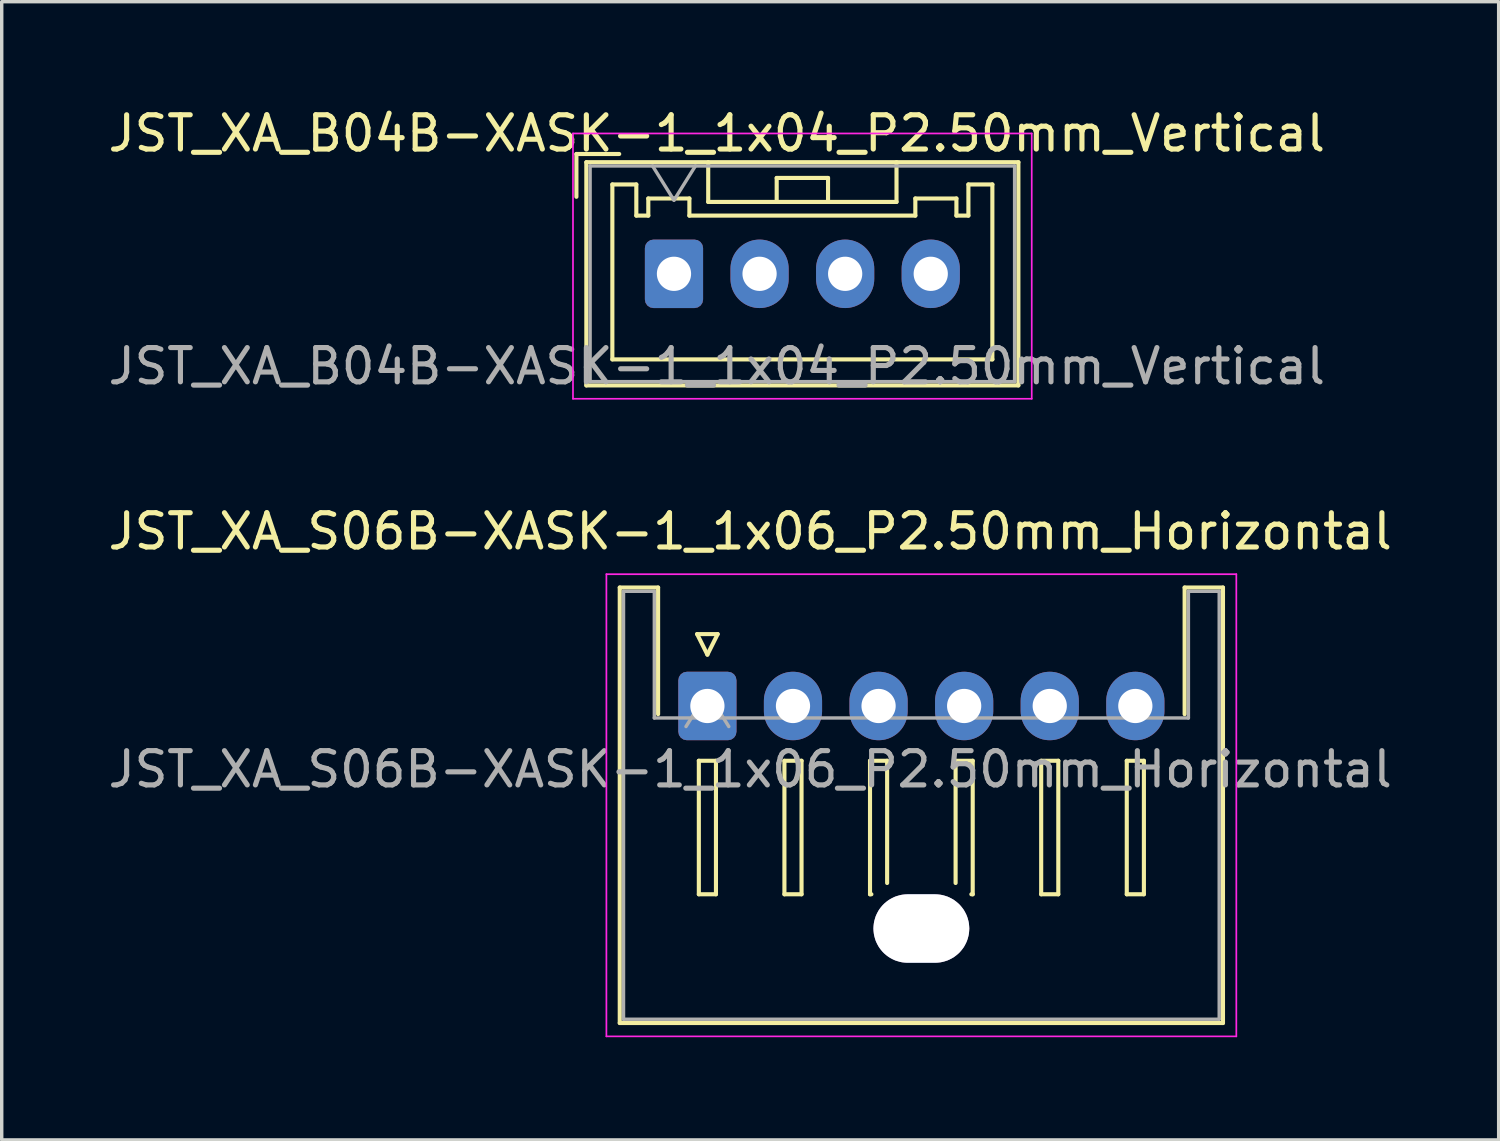
<source format=kicad_pcb>
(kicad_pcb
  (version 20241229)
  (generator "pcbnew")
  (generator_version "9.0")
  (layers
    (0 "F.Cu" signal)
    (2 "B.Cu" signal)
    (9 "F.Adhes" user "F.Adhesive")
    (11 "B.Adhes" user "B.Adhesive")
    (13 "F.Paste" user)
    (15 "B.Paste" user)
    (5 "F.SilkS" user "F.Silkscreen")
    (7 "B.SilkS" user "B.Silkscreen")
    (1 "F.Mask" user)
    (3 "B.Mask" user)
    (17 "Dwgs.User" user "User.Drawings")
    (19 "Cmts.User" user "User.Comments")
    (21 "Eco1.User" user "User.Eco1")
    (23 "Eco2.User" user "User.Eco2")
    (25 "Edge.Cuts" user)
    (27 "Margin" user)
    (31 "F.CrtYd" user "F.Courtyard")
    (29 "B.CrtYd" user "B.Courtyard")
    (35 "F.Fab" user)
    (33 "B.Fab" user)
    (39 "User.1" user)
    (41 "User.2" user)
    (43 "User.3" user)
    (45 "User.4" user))
  (footprint "JST_XA_B04B-XASK-1_1x04_P2.50mm_Vertical"
    (layer "F.Cu")
    (at 16.637 4.948)
    (property "Reference" "JST_XA_B04B-XASK-1_1x04_P2.50mm_Vertical" (at 1.25 -4.1 0) (layer "F.SilkS") (effects (font (size 1 1) (thickness 0.15))))
    (attr through_hole)
    (fp_line (start -2.85 -3.5) (end -2.85 -2.25) (stroke (width 0.12) (type solid)) (layer "F.SilkS"))
    (fp_line (start -2.56 -3.26) (end -2.56 3.26) (stroke (width 0.12) (type solid)) (layer "F.SilkS"))
    (fp_line (start -2.56 3.26) (end 10.06 3.26) (stroke (width 0.12) (type solid)) (layer "F.SilkS"))
    (fp_line (start -1.8 -2.61) (end -1.8 2.5) (stroke (width 0.12) (type solid)) (layer "F.SilkS"))
    (fp_line (start -1.8 2.5) (end 9.3 2.5) (stroke (width 0.12) (type solid)) (layer "F.SilkS"))
    (fp_line (start -1.6 -3.5) (end -2.85 -3.5) (stroke (width 0.12) (type solid)) (layer "F.SilkS"))
    (fp_line (start -1.1 -2.61) (end -1.8 -2.61) (stroke (width 0.12) (type solid)) (layer "F.SilkS"))
    (fp_line (start -1.1 -2.61) (end -1.1 -1.7) (stroke (width 0.12) (type solid)) (layer "F.SilkS"))
    (fp_line (start -1.1 -1.7) (end -0.75 -1.7) (stroke (width 0.12) (type solid)) (layer "F.SilkS"))
    (fp_line (start -0.75 -2.2) (end -0.75 -1.7) (stroke (width 0.12) (type solid)) (layer "F.SilkS"))
    (fp_line (start -0.75 -2.2) (end 0.45 -2.2) (stroke (width 0.12) (type solid)) (layer "F.SilkS"))
    (fp_line (start 0.45 -2.2) (end 0.45 -1.7) (stroke (width 0.12) (type solid)) (layer "F.SilkS"))
    (fp_line (start 1 -3.26) (end 1 -2.1) (stroke (width 0.12) (type solid)) (layer "F.SilkS"))
    (fp_line (start 3 -2.1) (end 3 -2.8) (stroke (width 0.12) (type solid)) (layer "F.SilkS"))
    (fp_line (start 4.5 -2.8) (end 3 -2.8) (stroke (width 0.12) (type solid)) (layer "F.SilkS"))
    (fp_line (start 4.5 -2.1) (end 4.5 -2.8) (stroke (width 0.12) (type solid)) (layer "F.SilkS"))
    (fp_line (start 6.5 -2.1) (end 1 -2.1) (stroke (width 0.12) (type solid)) (layer "F.SilkS"))
    (fp_line (start 6.5 -2.1) (end 6.5 -3.26) (stroke (width 0.12) (type solid)) (layer "F.SilkS"))
    (fp_line (start 7.05 -2.2) (end 7.05 -1.7) (stroke (width 0.12) (type solid)) (layer "F.SilkS"))
    (fp_line (start 7.05 -1.7) (end 0.45 -1.7) (stroke (width 0.12) (type solid)) (layer "F.SilkS"))
    (fp_line (start 8.25 -2.2) (end 7.05 -2.2) (stroke (width 0.12) (type solid)) (layer "F.SilkS"))
    (fp_line (start 8.25 -2.2) (end 8.25 -1.7) (stroke (width 0.12) (type solid)) (layer "F.SilkS"))
    (fp_line (start 8.6 -2.61) (end 8.6 -1.7) (stroke (width 0.12) (type solid)) (layer "F.SilkS"))
    (fp_line (start 8.6 -2.61) (end 9.3 -2.61) (stroke (width 0.12) (type solid)) (layer "F.SilkS"))
    (fp_line (start 8.6 -1.7) (end 8.25 -1.7) (stroke (width 0.12) (type solid)) (layer "F.SilkS"))
    (fp_line (start 9.3 2.5) (end 9.3 -2.61) (stroke (width 0.12) (type solid)) (layer "F.SilkS"))
    (fp_line (start 10.06 -3.26) (end -2.56 -3.26) (stroke (width 0.12) (type solid)) (layer "F.SilkS"))
    (fp_line (start 10.06 3.26) (end 10.06 -3.26) (stroke (width 0.12) (type solid)) (layer "F.SilkS"))
    (fp_line (start -2.95 -4.1) (end -2.95 3.65) (stroke (width 0.05) (type solid)) (layer "F.CrtYd"))
    (fp_line (start -2.95 3.65) (end 10.45 3.65) (stroke (width 0.05) (type solid)) (layer "F.CrtYd"))
    (fp_line (start 10.45 -4.1) (end -2.95 -4.1) (stroke (width 0.05) (type solid)) (layer "F.CrtYd"))
    (fp_line (start 10.45 3.65) (end 10.45 -4.1) (stroke (width 0.05) (type solid)) (layer "F.CrtYd"))
    (fp_line (start -2.45 -3.15) (end -2.45 3.15) (stroke (width 0.1) (type solid)) (layer "F.Fab"))
    (fp_line (start -2.45 3.15) (end 9.95 3.15) (stroke (width 0.1) (type solid)) (layer "F.Fab"))
    (fp_line (start -0.625 -3.15) (end 0 -2.15) (stroke (width 0.1) (type solid)) (layer "F.Fab"))
    (fp_line (start 0 -2.15) (end 0.625 -3.15) (stroke (width 0.1) (type solid)) (layer "F.Fab"))
    (fp_line (start 9.95 -3.15) (end -2.45 -3.15) (stroke (width 0.1) (type solid)) (layer "F.Fab"))
    (fp_line (start 9.95 3.15) (end 9.95 -3.15) (stroke (width 0.1) (type solid)) (layer "F.Fab"))
    (fp_text user "${REFERENCE}" (at 1.25 2.7 0) (layer "F.Fab") (effects (font (size 1 1) (thickness 0.15))))
    (pad "1" thru_hole roundrect (at 0 0) (size 1.7 2) (drill 1) (layers "*.Cu" "*.Mask") (roundrect_rratio 0.147))
    (pad "2" thru_hole oval (at 2.5 0) (size 1.7 2) (drill 1) (layers "*.Cu" "*.Mask"))
    (pad "3" thru_hole oval (at 5 0) (size 1.7 2) (drill 1) (layers "*.Cu" "*.Mask"))
    (pad "4" thru_hole oval (at 7.5 0) (size 1.7 2) (drill 1) (layers "*.Cu" "*.Mask")))
  (footprint "JST_XA_S06B-XASK-1_1x06_P2.50mm_Horizontal"
    (layer "F.Cu")
    (at 17.613 17.572)
    (property "Reference" "JST_XA_S06B-XASK-1_1x06_P2.50mm_Horizontal" (at 1.25 -5.1 0) (layer "F.SilkS") (effects (font (size 1 1) (thickness 0.15))))
    (attr through_hole)
    (fp_line (start -2.56 -3.46) (end -1.44 -3.46) (stroke (width 0.12) (type solid)) (layer "F.SilkS"))
    (fp_line (start -2.56 9.26) (end -2.56 -3.46) (stroke (width 0.12) (type solid)) (layer "F.SilkS"))
    (fp_line (start -1.44 -3.46) (end -1.44 0.24) (stroke (width 0.12) (type solid)) (layer "F.SilkS"))
    (fp_line (start -0.3 -2.1) (end 0.3 -2.1) (stroke (width 0.12) (type solid)) (layer "F.SilkS"))
    (fp_line (start -0.25 1.6) (end -0.25 5.5) (stroke (width 0.12) (type solid)) (layer "F.SilkS"))
    (fp_line (start -0.25 5.5) (end 0.25 5.5) (stroke (width 0.12) (type solid)) (layer "F.SilkS"))
    (fp_line (start 0 -1.5) (end -0.3 -2.1) (stroke (width 0.12) (type solid)) (layer "F.SilkS"))
    (fp_line (start 0.25 1.6) (end -0.25 1.6) (stroke (width 0.12) (type solid)) (layer "F.SilkS"))
    (fp_line (start 0.25 5.5) (end 0.25 1.6) (stroke (width 0.12) (type solid)) (layer "F.SilkS"))
    (fp_line (start 0.3 -2.1) (end 0 -1.5) (stroke (width 0.12) (type solid)) (layer "F.SilkS"))
    (fp_line (start 2.25 1.6) (end 2.25 5.5) (stroke (width 0.12) (type solid)) (layer "F.SilkS"))
    (fp_line (start 2.25 5.5) (end 2.75 5.5) (stroke (width 0.12) (type solid)) (layer "F.SilkS"))
    (fp_line (start 2.75 1.6) (end 2.25 1.6) (stroke (width 0.12) (type solid)) (layer "F.SilkS"))
    (fp_line (start 2.75 5.5) (end 2.75 1.6) (stroke (width 0.12) (type solid)) (layer "F.SilkS"))
    (fp_line (start 4.75 1.6) (end 4.75 5.5) (stroke (width 0.12) (type solid)) (layer "F.SilkS"))
    (fp_line (start 4.75 5.5) (end 4.79 5.5) (stroke (width 0.12) (type solid)) (layer "F.SilkS"))
    (fp_line (start 5.25 1.6) (end 4.75 1.6) (stroke (width 0.12) (type solid)) (layer "F.SilkS"))
    (fp_line (start 5.25 5.17) (end 5.25 1.6) (stroke (width 0.12) (type solid)) (layer "F.SilkS"))
    (fp_line (start 7.25 1.6) (end 7.25 5.17) (stroke (width 0.12) (type solid)) (layer "F.SilkS"))
    (fp_line (start 7.71 5.5) (end 7.75 5.5) (stroke (width 0.12) (type solid)) (layer "F.SilkS"))
    (fp_line (start 7.75 1.6) (end 7.25 1.6) (stroke (width 0.12) (type solid)) (layer "F.SilkS"))
    (fp_line (start 7.75 5.5) (end 7.75 1.6) (stroke (width 0.12) (type solid)) (layer "F.SilkS"))
    (fp_line (start 9.75 1.6) (end 9.75 5.5) (stroke (width 0.12) (type solid)) (layer "F.SilkS"))
    (fp_line (start 9.75 5.5) (end 10.25 5.5) (stroke (width 0.12) (type solid)) (layer "F.SilkS"))
    (fp_line (start 10.25 1.6) (end 9.75 1.6) (stroke (width 0.12) (type solid)) (layer "F.SilkS"))
    (fp_line (start 10.25 5.5) (end 10.25 1.6) (stroke (width 0.12) (type solid)) (layer "F.SilkS"))
    (fp_line (start 12.25 1.6) (end 12.25 5.5) (stroke (width 0.12) (type solid)) (layer "F.SilkS"))
    (fp_line (start 12.25 5.5) (end 12.75 5.5) (stroke (width 0.12) (type solid)) (layer "F.SilkS"))
    (fp_line (start 12.75 1.6) (end 12.25 1.6) (stroke (width 0.12) (type solid)) (layer "F.SilkS"))
    (fp_line (start 12.75 5.5) (end 12.75 1.6) (stroke (width 0.12) (type solid)) (layer "F.SilkS"))
    (fp_line (start 13.94 -3.46) (end 13.94 0.24) (stroke (width 0.12) (type solid)) (layer "F.SilkS"))
    (fp_line (start 15.06 -3.46) (end 13.94 -3.46) (stroke (width 0.12) (type solid)) (layer "F.SilkS"))
    (fp_line (start 15.06 9.26) (end -2.56 9.26) (stroke (width 0.12) (type solid)) (layer "F.SilkS"))
    (fp_line (start 15.06 9.26) (end 15.06 -3.46) (stroke (width 0.12) (type solid)) (layer "F.SilkS"))
    (fp_line (start -2.95 -3.85) (end -2.95 9.65) (stroke (width 0.05) (type solid)) (layer "F.CrtYd"))
    (fp_line (start -2.95 9.65) (end 15.45 9.65) (stroke (width 0.05) (type solid)) (layer "F.CrtYd"))
    (fp_line (start 15.45 -3.85) (end -2.95 -3.85) (stroke (width 0.05) (type solid)) (layer "F.CrtYd"))
    (fp_line (start 15.45 9.65) (end 15.45 -3.85) (stroke (width 0.05) (type solid)) (layer "F.CrtYd"))
    (fp_line (start -2.45 -3.35) (end -1.55 -3.35) (stroke (width 0.1) (type solid)) (layer "F.Fab"))
    (fp_line (start -2.45 9.15) (end -2.45 -3.35) (stroke (width 0.1) (type solid)) (layer "F.Fab"))
    (fp_line (start -1.55 -3.35) (end -1.55 0.35) (stroke (width 0.1) (type solid)) (layer "F.Fab"))
    (fp_line (start -1.55 0.35) (end 14.05 0.35) (stroke (width 0.1) (type solid)) (layer "F.Fab"))
    (fp_line (start -0.625 0.6) (end 0 -0.4) (stroke (width 0.1) (type solid)) (layer "F.Fab"))
    (fp_line (start 0 -0.4) (end 0.625 0.6) (stroke (width 0.1) (type solid)) (layer "F.Fab"))
    (fp_line (start 14.05 -3.35) (end 14.05 0.35) (stroke (width 0.1) (type solid)) (layer "F.Fab"))
    (fp_line (start 14.95 -3.35) (end 14.05 -3.35) (stroke (width 0.1) (type solid)) (layer "F.Fab"))
    (fp_line (start 14.95 9.15) (end -2.45 9.15) (stroke (width 0.1) (type solid)) (layer "F.Fab"))
    (fp_line (start 14.95 9.15) (end 14.95 -3.35) (stroke (width 0.1) (type solid)) (layer "F.Fab"))
    (fp_text user "${REFERENCE}" (at 1.25 1.85 0) (layer "F.Fab") (effects (font (size 1 1) (thickness 0.15))))
    (pad "" np_thru_hole roundrect (at 6.25 6.5) (size 2.8 2) (drill oval 2.8 2) (layers "*.Cu" "*.Mask") (roundrect_rratio 0.5))
    (pad "1" thru_hole roundrect (at 0 0) (size 1.7 2) (drill 1) (layers "*.Cu" "*.Mask") (roundrect_rratio 0.147))
    (pad "2" thru_hole oval (at 2.5 0) (size 1.7 2) (drill 1) (layers "*.Cu" "*.Mask"))
    (pad "3" thru_hole oval (at 5 0) (size 1.7 2) (drill 1) (layers "*.Cu" "*.Mask"))
    (pad "4" thru_hole oval (at 7.5 0) (size 1.7 2) (drill 1) (layers "*.Cu" "*.Mask"))
    (pad "5" thru_hole oval (at 10 0) (size 1.7 2) (drill 1) (layers "*.Cu" "*.Mask"))
    (pad "6" thru_hole oval (at 12.5 0) (size 1.7 2) (drill 1) (layers "*.Cu" "*.Mask")))
  (gr_rect
    (start -3 -3)
    (end 40.726 30.247)
    (stroke (width 0.1) (type default))
    (fill no)
    (layer "Edge.Cuts")))
</source>
